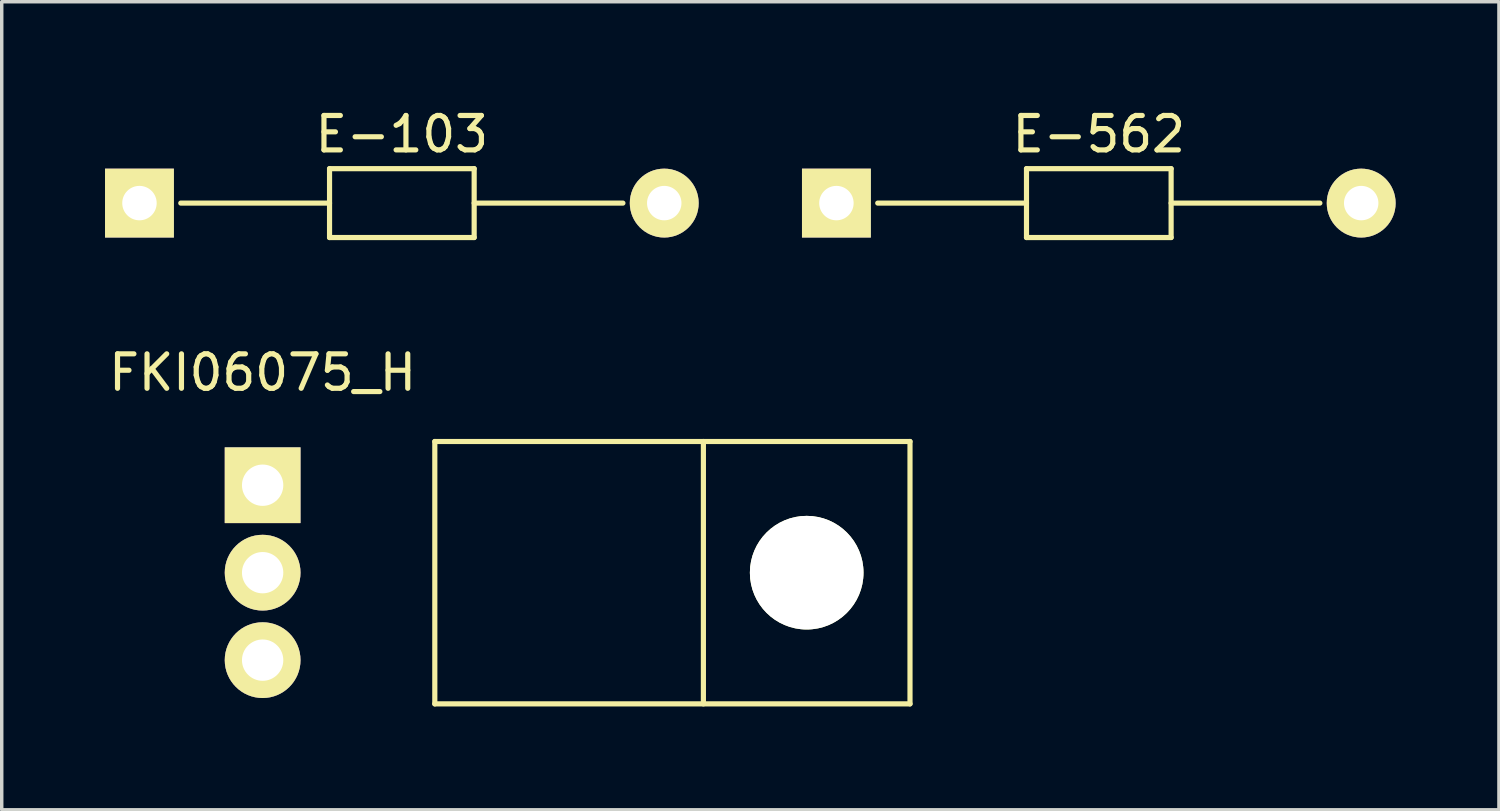
<source format=kicad_pcb>
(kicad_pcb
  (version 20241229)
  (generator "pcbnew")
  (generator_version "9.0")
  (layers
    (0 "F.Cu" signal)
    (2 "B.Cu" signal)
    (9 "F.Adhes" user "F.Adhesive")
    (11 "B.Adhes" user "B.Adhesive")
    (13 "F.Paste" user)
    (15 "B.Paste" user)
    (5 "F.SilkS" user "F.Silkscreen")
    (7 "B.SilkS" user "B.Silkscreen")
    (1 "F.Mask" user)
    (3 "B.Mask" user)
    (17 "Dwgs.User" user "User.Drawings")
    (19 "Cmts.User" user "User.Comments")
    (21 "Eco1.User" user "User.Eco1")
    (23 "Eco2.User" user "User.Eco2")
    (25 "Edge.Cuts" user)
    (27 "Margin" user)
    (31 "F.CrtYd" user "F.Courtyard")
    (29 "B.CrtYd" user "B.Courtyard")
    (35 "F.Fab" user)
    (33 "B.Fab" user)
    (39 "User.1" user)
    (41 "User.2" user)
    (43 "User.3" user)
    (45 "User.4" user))
  (footprint "FKI06075_H"
    (layer "F.Cu")
    (at 4.577 11.041)
    (property "Reference" "FKI06075_H" (at 0 -3.27 0) (layer "F.SilkS") (effects (font (size 1 1) (thickness 0.15))))
    (attr through_hole)
    (fp_line (start 5 -1.27) (end 5 6.35) (stroke (width 0.15) (type solid)) (layer "F.SilkS"))
    (fp_line (start 5 -1.27) (end 18.8 -1.27) (stroke (width 0.15) (type solid)) (layer "F.SilkS"))
    (fp_line (start 5 6.35) (end 18.8 6.35) (stroke (width 0.15) (type solid)) (layer "F.SilkS"))
    (fp_line (start 12.8 -1.27) (end 12.8 6.35) (stroke (width 0.15) (type solid)) (layer "F.SilkS"))
    (fp_line (start 18.8 -1.27) (end 18.8 6.35) (stroke (width 0.15) (type solid)) (layer "F.SilkS"))
    (pad "" np_thru_hole circle (at 15.8 2.54) (size 3.3 3.3) (drill 3.3) (layers "*.Cu" "*.Mask" "F.SilkS"))
    (pad "1" thru_hole rect (at 0 0) (size 2.2 2.2) (drill 1.2) (layers "*.Cu" "*.Mask" "F.SilkS"))
    (pad "2" thru_hole circle (at 0 2.54) (size 2.2 2.2) (drill 1.2) (layers "*.Cu" "*.Mask" "F.SilkS"))
    (pad "3" thru_hole circle (at 0 5.08) (size 2.2 2.2) (drill 1.2) (layers "*.Cu" "*.Mask" "F.SilkS")))
  (footprint "E-562"
    (layer "F.Cu")
    (at 21.24 2.848)
    (property "Reference" "E-562" (at 7.62 -2 0) (layer "F.SilkS") (effects (font (size 1 1) (thickness 0.15))))
    (attr through_hole)
    (fp_line (start 1.2 0) (end 5.52 0) (stroke (width 0.15) (type solid)) (layer "F.SilkS"))
    (fp_line (start 5.52 -1) (end 5.52 1) (stroke (width 0.15) (type solid)) (layer "F.SilkS"))
    (fp_line (start 5.52 -1) (end 9.72 -1) (stroke (width 0.15) (type solid)) (layer "F.SilkS"))
    (fp_line (start 5.52 1) (end 9.72 1) (stroke (width 0.15) (type solid)) (layer "F.SilkS"))
    (fp_line (start 9.72 0) (end 14.04 0) (stroke (width 0.15) (type solid)) (layer "F.SilkS"))
    (fp_line (start 9.72 1) (end 9.72 -1) (stroke (width 0.15) (type solid)) (layer "F.SilkS"))
    (pad "1" thru_hole rect (at 0 0) (size 2 2) (drill 1) (layers "*.Cu" "*.Mask" "F.SilkS"))
    (pad "2" thru_hole circle (at 15.24 0) (size 2 2) (drill 1) (layers "*.Cu" "*.Mask" "F.SilkS")))
  (footprint "E-103"
    (layer "F.Cu")
    (at 1 2.848)
    (property "Reference" "E-103" (at 7.62 -2 0) (layer "F.SilkS") (effects (font (size 1 1) (thickness 0.15))))
    (attr through_hole)
    (fp_line (start 1.2 0) (end 5.52 0) (stroke (width 0.15) (type solid)) (layer "F.SilkS"))
    (fp_line (start 5.52 -1) (end 5.52 1) (stroke (width 0.15) (type solid)) (layer "F.SilkS"))
    (fp_line (start 5.52 -1) (end 9.72 -1) (stroke (width 0.15) (type solid)) (layer "F.SilkS"))
    (fp_line (start 5.52 1) (end 9.72 1) (stroke (width 0.15) (type solid)) (layer "F.SilkS"))
    (fp_line (start 9.72 0) (end 14.04 0) (stroke (width 0.15) (type solid)) (layer "F.SilkS"))
    (fp_line (start 9.72 1) (end 9.72 -1) (stroke (width 0.15) (type solid)) (layer "F.SilkS"))
    (pad "1" thru_hole rect (at 0 0) (size 2 2) (drill 1) (layers "*.Cu" "*.Mask" "F.SilkS"))
    (pad "2" thru_hole circle (at 15.24 0) (size 2 2) (drill 1) (layers "*.Cu" "*.Mask" "F.SilkS")))
  (gr_rect
    (start -3 -3)
    (end 40.48 20.466)
    (stroke (width 0.1) (type default))
    (fill no)
    (layer "Edge.Cuts")))
</source>
